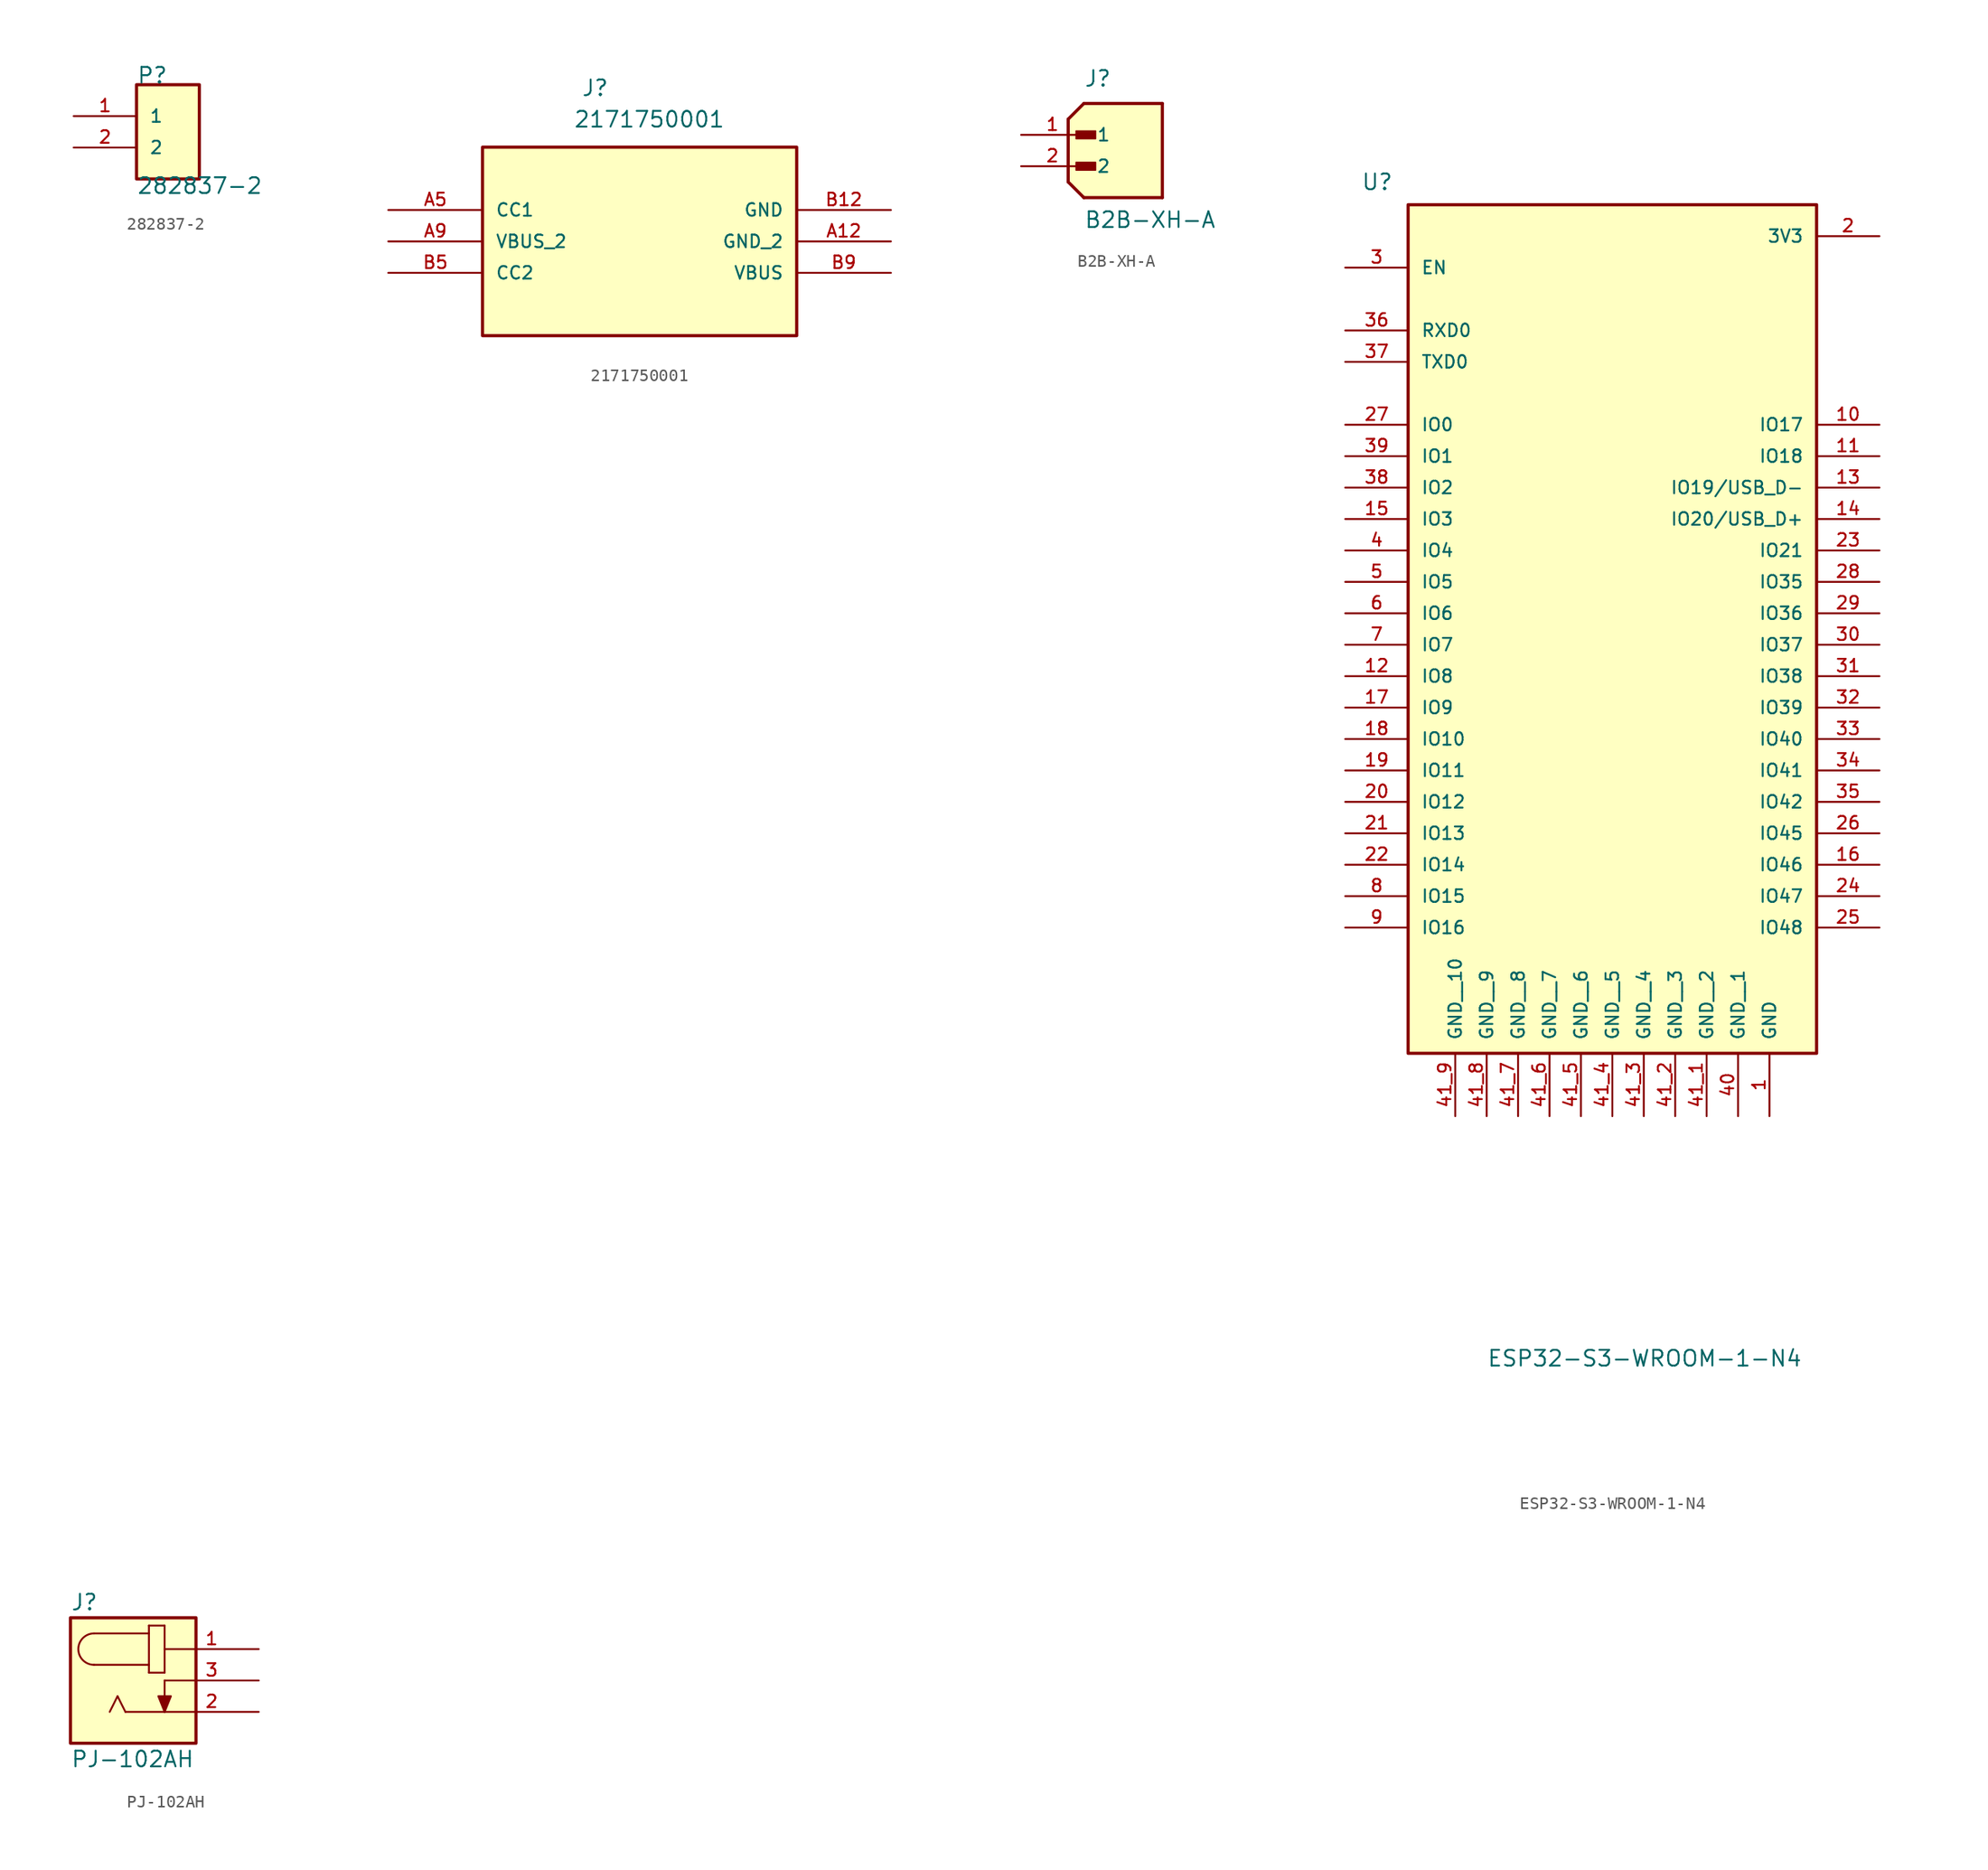
<source format=kicad_sym>
(kicad_symbol_lib
  (version 20241209)
  (generator "kicad_symbol_editor")
  (generator_version "9.0")
  (symbol "282837-2"
    (pin_names
      (offset 1.016))
    (property "Reference" "P"
      (at -2.541 2.544 0)
      (effects (font (size 1.27 1.27)) (justify left bottom)))
    (property "Value" "282837-2"
      (at -2.542 -6.375 0)
      (effects (font (size 1.27 1.27)) (justify left bottom)))
    (symbol "282837-2_0_0"
      (rectangle (start -2.54 2.54) (end 2.54 -5.08) (stroke (width 0.254) (type default)) (fill (type background)))
      (pin passive line (at -7.62 0 0) (length 5.08) (name "1" (effects (font (size 1.016 1.016)))) (number "1" (effects (font (size 1.016 1.016)))))
      (pin passive line (at -7.62 -2.54 0) (length 5.08) (name "2" (effects (font (size 1.016 1.016)))) (number "2" (effects (font (size 1.016 1.016)))))))
  (symbol "2171750001"
    (pin_names
      (offset 1.016))
    (property "Reference" "J"
      (at 15.596 9.119 0)
      (effects (font (size 1.27 1.27)) (justify left bottom)))
    (property "Value" "2171750001"
      (at 14.961 6.579 0)
      (effects (font (size 1.27 1.27)) (justify left bottom)))
    (symbol "2171750001_0_0"
      (pin bidirectional line (at 0 0 0) (length 7.62) (name "CC1" (effects (font (size 1.016 1.016)))) (number "A5" (effects (font (size 1.016 1.016)))))
      (pin power_in line (at 0 -2.54 0) (length 7.62) (name "VBUS_2" (effects (font (size 1.016 1.016)))) (number "A9" (effects (font (size 1.016 1.016)))))
      (pin bidirectional line (at 0 -5.08 0) (length 7.62) (name "CC2" (effects (font (size 1.016 1.016)))) (number "B5" (effects (font (size 1.016 1.016)))))
      (pin passive line (at 40.64 0 180) (length 7.62) (name "GND" (effects (font (size 1.016 1.016)))) (number "B12" (effects (font (size 1.016 1.016)))))
      (pin passive line (at 40.64 -2.54 180) (length 7.62) (name "GND_2" (effects (font (size 1.016 1.016)))) (number "A12" (effects (font (size 1.016 1.016)))))
      (pin power_in line (at 40.64 -5.08 180) (length 7.62) (name "VBUS" (effects (font (size 1.016 1.016)))) (number "B9" (effects (font (size 1.016 1.016))))))
    (symbol "2171750001_1_1"
      (rectangle (start 7.62 5.08) (end 33.02 -10.16) (stroke (width 0.254) (type solid)) (fill (type background)))))
  (symbol "B2B-XH-A"
    (pin_names
      (offset 1.016))
    (property "Reference" "J"
      (at -2.54 6.35 0)
      (effects (font (size 1.27 1.27)) (justify left bottom)))
    (property "Value" "B2B-XH-A"
      (at -2.54 -5.08 0)
      (effects (font (size 1.27 1.27)) (justify left bottom)))
    (symbol "B2B-XH-A_0_0"
      (polyline (pts (xy -3.81 3.81) (xy -3.81 -1.27)) (stroke (width 0.254) (type default)) (fill (type none)))
      (polyline (pts (xy -3.81 3.81) (xy -2.54 5.08)) (stroke (width 0.254) (type default)) (fill (type none)))
      (polyline (pts (xy -3.81 -1.27) (xy -2.54 -2.54)) (stroke (width 0.254) (type default)) (fill (type none)))
      (rectangle (start -3.175 2.223) (end -1.587 2.857) (stroke (width 0.1) (type default)) (fill (type outline)))
      (rectangle (start -3.175 -0.318) (end -1.587 0.318) (stroke (width 0.1) (type default)) (fill (type outline)))
      (polyline (pts (xy -2.54 -2.54) (xy 3.81 -2.54)) (stroke (width 0.254) (type default)) (fill (type none)))
      (polyline (pts (xy 3.81 5.08) (xy -2.54 5.08)) (stroke (width 0.254) (type default)) (fill (type none)))
      (polyline (pts (xy 3.81 -2.54) (xy 3.81 5.08)) (stroke (width 0.254) (type default)) (fill (type none)))
      (pin passive line (at -7.62 2.54 0) (length 5.08) (name "1" (effects (font (size 1.016 1.016)))) (number "1" (effects (font (size 1.016 1.016)))))
      (pin passive line (at -7.62 0 0) (length 5.08) (name "2" (effects (font (size 1.016 1.016)))) (number "2" (effects (font (size 1.016 1.016))))))
    (symbol "B2B-XH-A_1_0"
      (polyline (pts (xy -2.54 -2.54) (xy 3.81 -2.54) (xy 3.81 5.08) (xy -2.54 5.08) (xy -3.81 3.81) (xy -3.81 -1.27) (xy -2.54 -2.54)) (stroke (width 0) (type solid)) (fill (type background)))))
  (symbol "ESP32-S3-WROOM-1-N4"
    (pin_names
      (offset 1.016))
    (property "Reference" "U"
      (at -20.32 34.112 0)
      (effects (font (size 1.27 1.27)) (justify left bottom)))
    (property "Value" "ESP32-S3-WROOM-1-N4"
      (at -10.16 -60.96 0)
      (effects (font (size 1.27 1.27)) (justify left bottom)))
    (symbol "ESP32-S3-WROOM-1-N4_0_0"
      (rectangle (start -16.51 33.02) (end 16.51 -35.56) (stroke (width 0.254) (type default)) (fill (type background)))
      (pin input line (at -21.59 27.94 0) (length 5.08) (name "EN" (effects (font (size 1.016 1.016)))) (number "3" (effects (font (size 1.016 1.016)))))
      (pin bidirectional line (at -21.59 22.86 0) (length 5.08) (name "RXD0" (effects (font (size 1.016 1.016)))) (number "36" (effects (font (size 1.016 1.016)))))
      (pin bidirectional line (at -21.59 20.32 0) (length 5.08) (name "TXD0" (effects (font (size 1.016 1.016)))) (number "37" (effects (font (size 1.016 1.016)))))
      (pin bidirectional line (at -21.59 15.24 0) (length 5.08) (name "IO0" (effects (font (size 1.016 1.016)))) (number "27" (effects (font (size 1.016 1.016)))))
      (pin bidirectional line (at -21.59 12.7 0) (length 5.08) (name "IO1" (effects (font (size 1.016 1.016)))) (number "39" (effects (font (size 1.016 1.016)))))
      (pin bidirectional line (at -21.59 10.16 0) (length 5.08) (name "IO2" (effects (font (size 1.016 1.016)))) (number "38" (effects (font (size 1.016 1.016)))))
      (pin bidirectional line (at -21.59 7.62 0) (length 5.08) (name "IO3" (effects (font (size 1.016 1.016)))) (number "15" (effects (font (size 1.016 1.016)))))
      (pin bidirectional line (at -21.59 5.08 0) (length 5.08) (name "IO4" (effects (font (size 1.016 1.016)))) (number "4" (effects (font (size 1.016 1.016)))))
      (pin bidirectional line (at -21.59 2.54 0) (length 5.08) (name "IO5" (effects (font (size 1.016 1.016)))) (number "5" (effects (font (size 1.016 1.016)))))
      (pin bidirectional line (at -21.59 0 0) (length 5.08) (name "IO6" (effects (font (size 1.016 1.016)))) (number "6" (effects (font (size 1.016 1.016)))))
      (pin bidirectional line (at -21.59 -2.54 0) (length 5.08) (name "IO7" (effects (font (size 1.016 1.016)))) (number "7" (effects (font (size 1.016 1.016)))))
      (pin bidirectional line (at -21.59 -5.08 0) (length 5.08) (name "IO8" (effects (font (size 1.016 1.016)))) (number "12" (effects (font (size 1.016 1.016)))))
      (pin bidirectional line (at -21.59 -7.62 0) (length 5.08) (name "IO9" (effects (font (size 1.016 1.016)))) (number "17" (effects (font (size 1.016 1.016)))))
      (pin bidirectional line (at -21.59 -10.16 0) (length 5.08) (name "IO10" (effects (font (size 1.016 1.016)))) (number "18" (effects (font (size 1.016 1.016)))))
      (pin bidirectional line (at -21.59 -12.7 0) (length 5.08) (name "IO11" (effects (font (size 1.016 1.016)))) (number "19" (effects (font (size 1.016 1.016)))))
      (pin bidirectional line (at -21.59 -15.24 0) (length 5.08) (name "IO12" (effects (font (size 1.016 1.016)))) (number "20" (effects (font (size 1.016 1.016)))))
      (pin bidirectional line (at -21.59 -17.78 0) (length 5.08) (name "IO13" (effects (font (size 1.016 1.016)))) (number "21" (effects (font (size 1.016 1.016)))))
      (pin bidirectional line (at -21.59 -20.32 0) (length 5.08) (name "IO14" (effects (font (size 1.016 1.016)))) (number "22" (effects (font (size 1.016 1.016)))))
      (pin bidirectional line (at -21.59 -22.86 0) (length 5.08) (name "IO15" (effects (font (size 1.016 1.016)))) (number "8" (effects (font (size 1.016 1.016)))))
      (pin bidirectional line (at -21.59 -25.4 0) (length 5.08) (name "IO16" (effects (font (size 1.016 1.016)))) (number "9" (effects (font (size 1.016 1.016)))))
      (pin power_in line (at -12.7 -40.64 90) (length 5.08) (name "GND__10" (effects (font (size 1.016 1.016)))) (number "41_9" (effects (font (size 1.016 1.016)))))
      (pin power_in line (at -10.16 -40.64 90) (length 5.08) (name "GND__9" (effects (font (size 1.016 1.016)))) (number "41_8" (effects (font (size 1.016 1.016)))))
      (pin power_in line (at -7.62 -40.64 90) (length 5.08) (name "GND__8" (effects (font (size 1.016 1.016)))) (number "41_7" (effects (font (size 1.016 1.016)))))
      (pin power_in line (at -5.08 -40.64 90) (length 5.08) (name "GND__7" (effects (font (size 1.016 1.016)))) (number "41_6" (effects (font (size 1.016 1.016)))))
      (pin power_in line (at -2.54 -40.64 90) (length 5.08) (name "GND__6" (effects (font (size 1.016 1.016)))) (number "41_5" (effects (font (size 1.016 1.016)))))
      (pin power_in line (at 0 -40.64 90) (length 5.08) (name "GND__5" (effects (font (size 1.016 1.016)))) (number "41_4" (effects (font (size 1.016 1.016)))))
      (pin power_in line (at 2.54 -40.64 90) (length 5.08) (name "GND__4" (effects (font (size 1.016 1.016)))) (number "41_3" (effects (font (size 1.016 1.016)))))
      (pin power_in line (at 5.08 -40.64 90) (length 5.08) (name "GND__3" (effects (font (size 1.016 1.016)))) (number "41_2" (effects (font (size 1.016 1.016)))))
      (pin power_in line (at 7.62 -40.64 90) (length 5.08) (name "GND__2" (effects (font (size 1.016 1.016)))) (number "41_1" (effects (font (size 1.016 1.016)))))
      (pin power_in line (at 10.16 -40.64 90) (length 5.08) (name "GND__1" (effects (font (size 1.016 1.016)))) (number "40" (effects (font (size 1.016 1.016)))))
      (pin power_in line (at 12.7 -40.64 90) (length 5.08) (name "GND" (effects (font (size 1.016 1.016)))) (number "1" (effects (font (size 1.016 1.016)))))
      (pin power_in line (at 21.59 30.48 180) (length 5.08) (name "3V3" (effects (font (size 1.016 1.016)))) (number "2" (effects (font (size 1.016 1.016)))))
      (pin bidirectional line (at 21.59 15.24 180) (length 5.08) (name "IO17" (effects (font (size 1.016 1.016)))) (number "10" (effects (font (size 1.016 1.016)))))
      (pin bidirectional line (at 21.59 12.7 180) (length 5.08) (name "IO18" (effects (font (size 1.016 1.016)))) (number "11" (effects (font (size 1.016 1.016)))))
      (pin bidirectional line (at 21.59 5.08 180) (length 5.08) (name "IO21" (effects (font (size 1.016 1.016)))) (number "23" (effects (font (size 1.016 1.016)))))
      (pin bidirectional line (at 21.59 2.54 180) (length 5.08) (name "IO35" (effects (font (size 1.016 1.016)))) (number "28" (effects (font (size 1.016 1.016)))))
      (pin bidirectional line (at 21.59 0 180) (length 5.08) (name "IO36" (effects (font (size 1.016 1.016)))) (number "29" (effects (font (size 1.016 1.016)))))
      (pin bidirectional line (at 21.59 -2.54 180) (length 5.08) (name "IO37" (effects (font (size 1.016 1.016)))) (number "30" (effects (font (size 1.016 1.016)))))
      (pin bidirectional line (at 21.59 -5.08 180) (length 5.08) (name "IO38" (effects (font (size 1.016 1.016)))) (number "31" (effects (font (size 1.016 1.016)))))
      (pin bidirectional line (at 21.59 -7.62 180) (length 5.08) (name "IO39" (effects (font (size 1.016 1.016)))) (number "32" (effects (font (size 1.016 1.016)))))
      (pin bidirectional line (at 21.59 -10.16 180) (length 5.08) (name "IO40" (effects (font (size 1.016 1.016)))) (number "33" (effects (font (size 1.016 1.016)))))
      (pin bidirectional line (at 21.59 -12.7 180) (length 5.08) (name "IO41" (effects (font (size 1.016 1.016)))) (number "34" (effects (font (size 1.016 1.016)))))
      (pin bidirectional line (at 21.59 -15.24 180) (length 5.08) (name "IO42" (effects (font (size 1.016 1.016)))) (number "35" (effects (font (size 1.016 1.016)))))
      (pin bidirectional line (at 21.59 -17.78 180) (length 5.08) (name "IO45" (effects (font (size 1.016 1.016)))) (number "26" (effects (font (size 1.016 1.016)))))
      (pin bidirectional line (at 21.59 -20.32 180) (length 5.08) (name "IO46" (effects (font (size 1.016 1.016)))) (number "16" (effects (font (size 1.016 1.016)))))
      (pin bidirectional line (at 21.59 -22.86 180) (length 5.08) (name "IO47" (effects (font (size 1.016 1.016)))) (number "24" (effects (font (size 1.016 1.016)))))
      (pin bidirectional line (at 21.59 -25.4 180) (length 5.08) (name "IO48" (effects (font (size 1.016 1.016)))) (number "25" (effects (font (size 1.016 1.016))))))
    (symbol "ESP32-S3-WROOM-1-N4_1_0"
      (pin bidirectional line (at 21.59 10.16 180) (length 5.08) (name "IO19/USB_D-" (effects (font (size 1.016 1.016)))) (number "13" (effects (font (size 1.016 1.016)))))
      (pin bidirectional line (at 21.59 7.62 180) (length 5.08) (name "IO20/USB_D+" (effects (font (size 1.016 1.016)))) (number "14" (effects (font (size 1.016 1.016)))))))
  (symbol "PJ-102AH"
    (pin_names
      (offset 1.016))
    (property "Reference" "J"
      (at -7.62 5.588 0)
      (effects (font (size 1.27 1.27)) (justify left bottom)))
    (property "Value" "PJ-102AH"
      (at -7.62 -7.112 0)
      (effects (font (size 1.27 1.27)) (justify left bottom)))
    (symbol "PJ-102AH_0_0"
      (polyline (pts (xy -5.715 3.81) (xy -1.27 3.81)) (stroke (width 0.152) (type default)) (fill (type none)))
      (arc (start -5.715 1.27) (mid -6.9794 2.54) (end -5.715 3.81) (stroke (width 0.1524) (type default)) (fill (type none)))
      (polyline (pts (xy -3.81 -1.27) (xy -4.445 -2.54)) (stroke (width 0.152) (type default)) (fill (type none)))
      (polyline (pts (xy -3.175 -2.54) (xy -3.81 -1.27)) (stroke (width 0.152) (type default)) (fill (type none)))
      (polyline (pts (xy -1.27 4.445) (xy -1.27 3.81)) (stroke (width 0.152) (type default)) (fill (type none)))
      (polyline (pts (xy -1.27 3.81) (xy -1.27 1.27)) (stroke (width 0.152) (type default)) (fill (type none)))
      (polyline (pts (xy -1.27 1.27) (xy -5.715 1.27)) (stroke (width 0.152) (type default)) (fill (type none)))
      (polyline (pts (xy -1.27 1.27) (xy -1.27 0.635)) (stroke (width 0.152) (type default)) (fill (type none)))
      (polyline (pts (xy -1.27 0.635) (xy 0 0.635)) (stroke (width 0.152) (type default)) (fill (type none)))
      (polyline (pts (xy 0 4.445) (xy -1.27 4.445)) (stroke (width 0.152) (type default)) (fill (type none)))
      (polyline (pts (xy 0 0.635) (xy 0 4.445)) (stroke (width 0.152) (type default)) (fill (type none)))
      (polyline (pts (xy 0 0) (xy 0 -2.54)) (stroke (width 0.152) (type default)) (fill (type none)))
      (polyline (pts (xy 0 -2.54) (xy -3.175 -2.54)) (stroke (width 0.152) (type default)) (fill (type none)))
      (polyline (pts (xy 0 -2.54) (xy -0.508 -1.27) (xy 0.508 -1.27) (xy 0 -2.54)) (stroke (width 0.152) (type default)) (fill (type outline))))
    (symbol "PJ-102AH_1_0"
      (pin passive line (at 7.62 2.54 180) (length 7.62) (name "~" (effects (font (size 1.016 1.016)))) (number "1" (effects (font (size 1.016 1.016)))))
      (pin passive line (at 7.62 0 180) (length 7.62) (name "~" (effects (font (size 1.016 1.016)))) (number "3" (effects (font (size 1.016 1.016)))))
      (pin passive line (at 7.62 -2.54 180) (length 7.62) (name "~" (effects (font (size 1.016 1.016)))) (number "2" (effects (font (size 1.016 1.016))))))
    (symbol "PJ-102AH_1_1"
      (rectangle (start -7.62 5.08) (end 2.54 -5.08) (stroke (width 0.254) (type solid)) (fill (type background))))))
</source>
